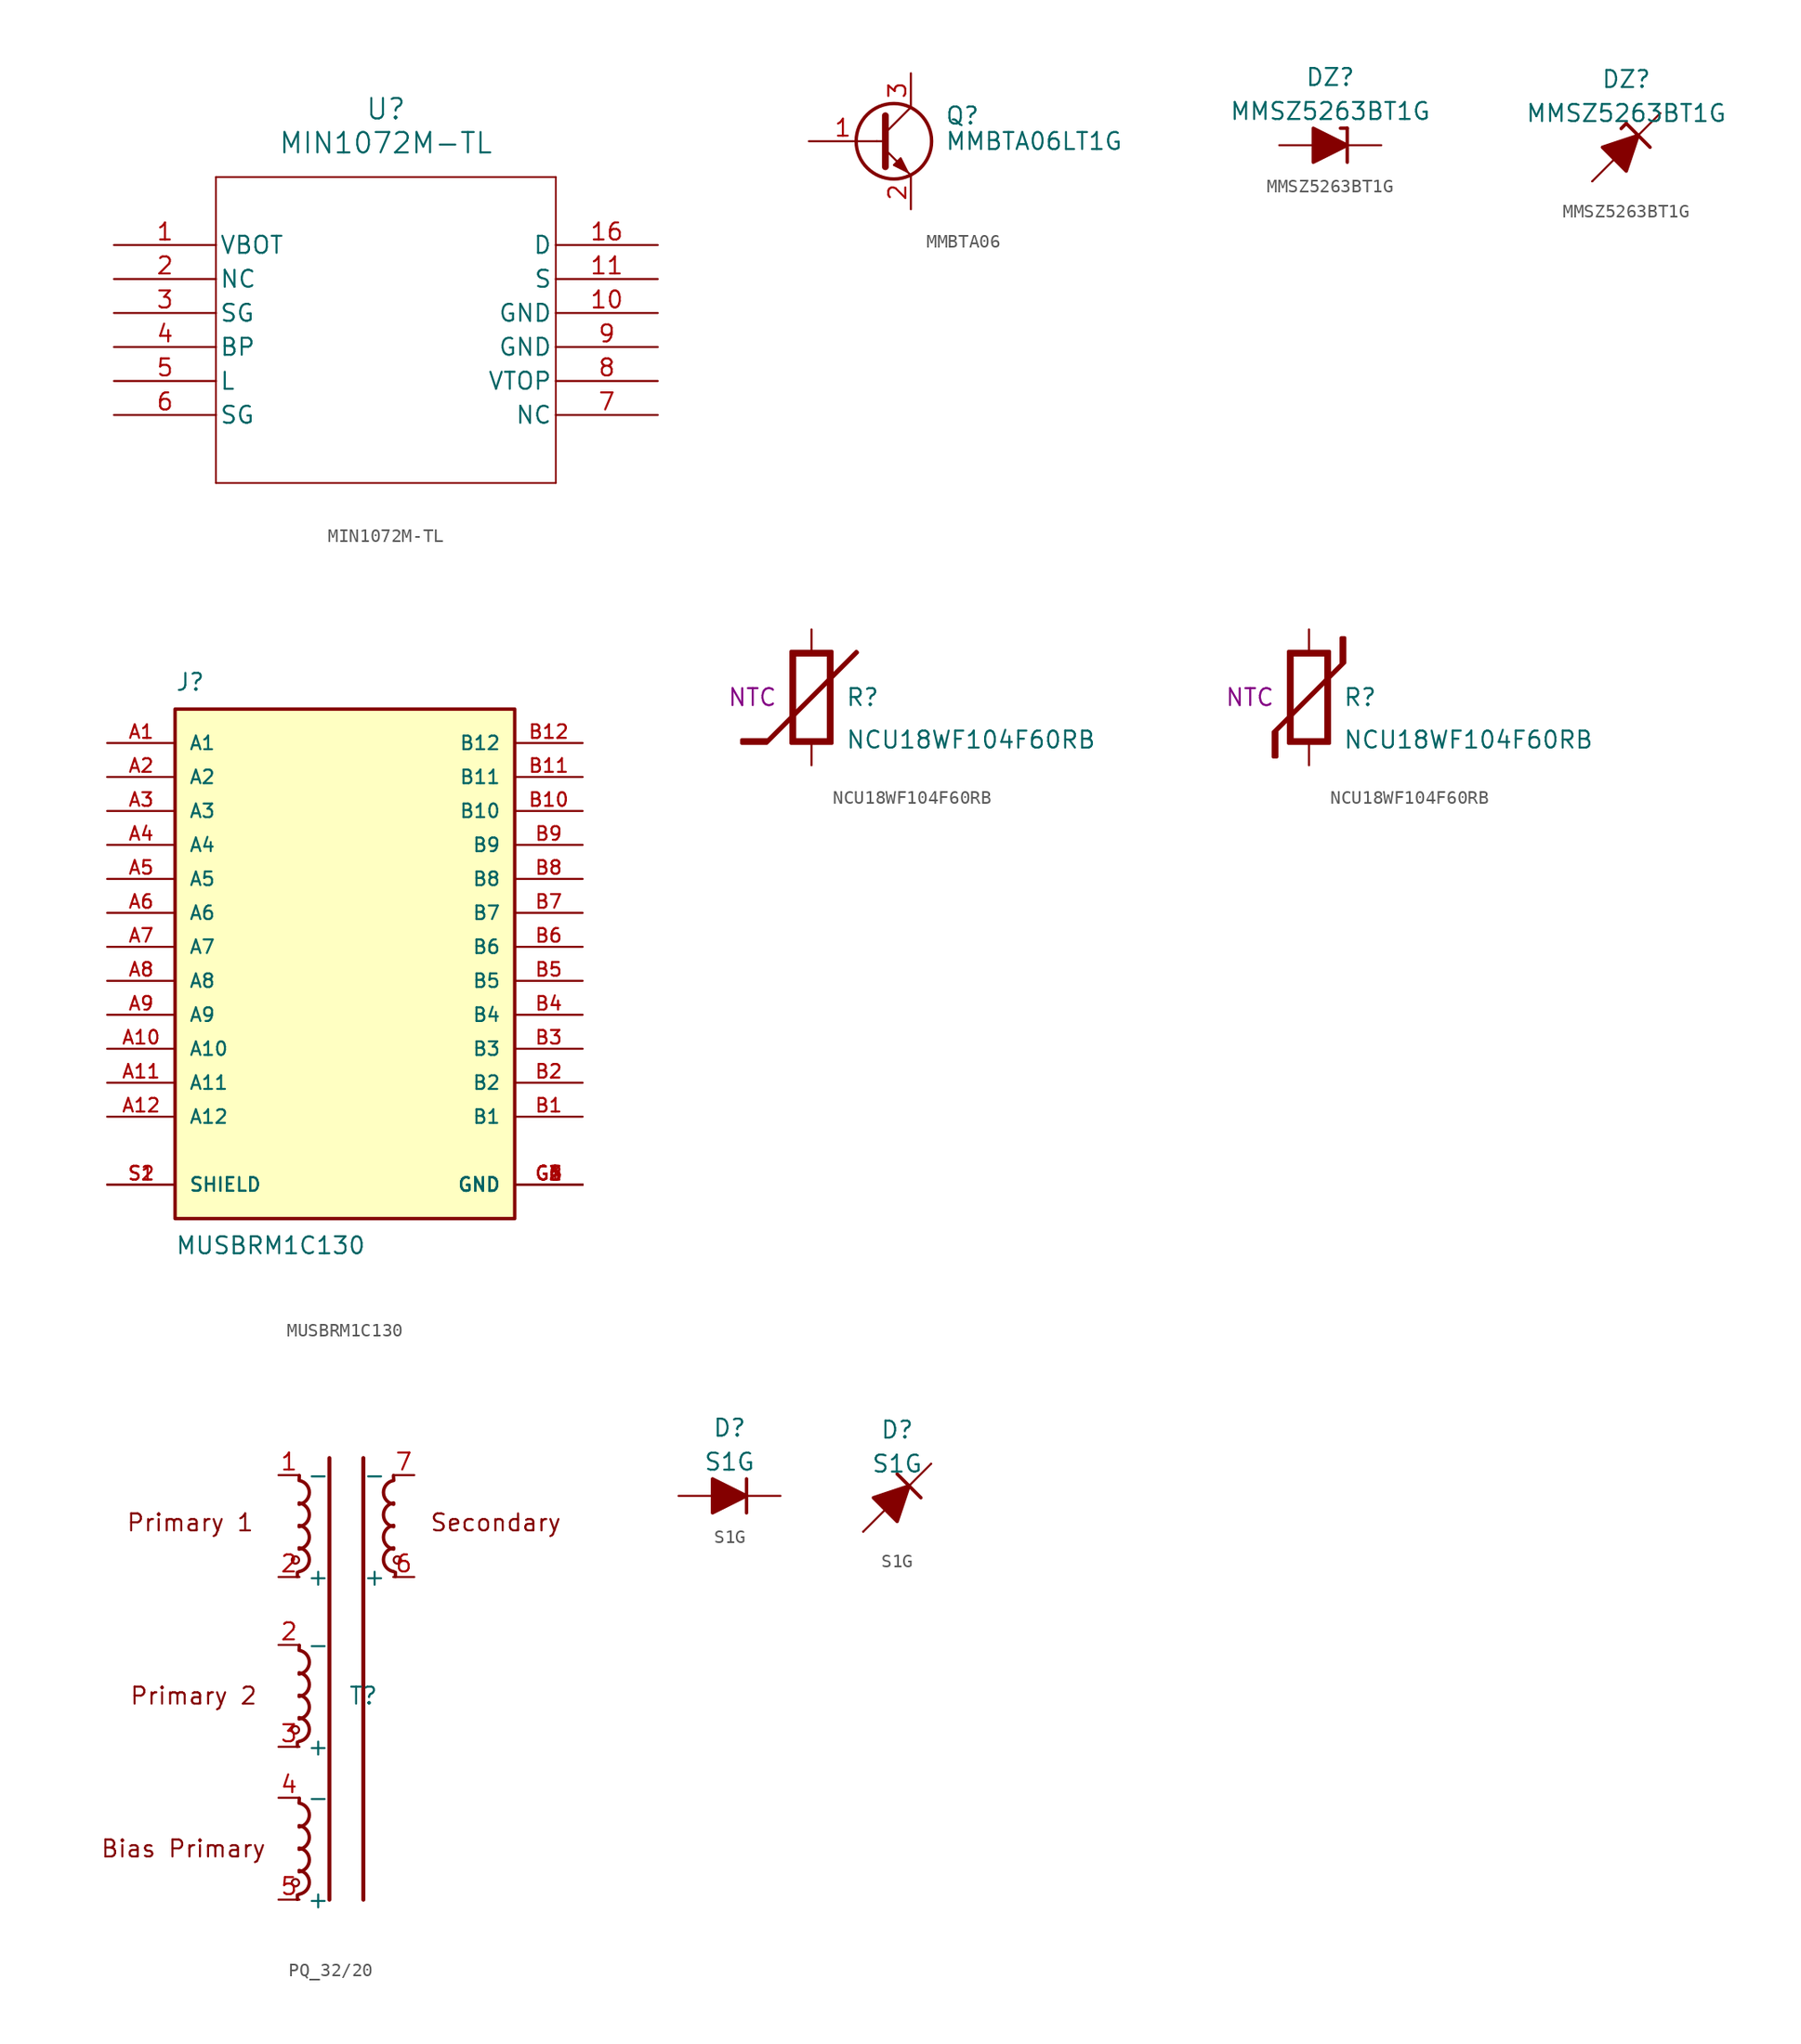
<source format=kicad_sym>
(kicad_symbol_lib
  (version 20231120)
  (generator "kicad_symbol_editor")
  (generator_version "8.0")
  (symbol "MIN1072M-TL"
    (pin_names
      (offset 0.254))
    (property "Reference" "U"
      (at 20.32 10.16 0)
      (effects (font (size 1.524 1.524))))
    (property "Value" "MIN1072M-TL"
      (at 20.32 7.62 0)
      (effects (font (size 1.524 1.524))))
    (symbol "MIN1072M-TL_0_1"
      (polyline (pts (xy 7.62 -17.78) (xy 33.02 -17.78)) (stroke (width 0.127) (type default)) (fill (type none)))
      (polyline (pts (xy 7.62 5.08) (xy 7.62 -17.78)) (stroke (width 0.127) (type default)) (fill (type none)))
      (polyline (pts (xy 33.02 -17.78) (xy 33.02 5.08)) (stroke (width 0.127) (type default)) (fill (type none)))
      (polyline (pts (xy 33.02 5.08) (xy 7.62 5.08)) (stroke (width 0.127) (type default)) (fill (type none)))
      (pin unspecified line (at 0 0 0) (length 7.62) (name "VBOT" (effects (font (size 1.27 1.27)))) (number "1" (effects (font (size 1.27 1.27)))))
      (pin unspecified line (at 40.64 -5.08 180) (length 7.62) (name "GND" (effects (font (size 1.27 1.27)))) (number "10" (effects (font (size 1.27 1.27)))))
      (pin unspecified line (at 40.64 -2.54 180) (length 7.62) (name "S" (effects (font (size 1.27 1.27)))) (number "11" (effects (font (size 1.27 1.27)))))
      (pin unspecified line (at 40.64 0 180) (length 7.62) (name "D" (effects (font (size 1.27 1.27)))) (number "16" (effects (font (size 1.27 1.27)))))
      (pin unspecified line (at 0 -2.54 0) (length 7.62) (name "NC" (effects (font (size 1.27 1.27)))) (number "2" (effects (font (size 1.27 1.27)))))
      (pin unspecified line (at 0 -5.08 0) (length 7.62) (name "SG" (effects (font (size 1.27 1.27)))) (number "3" (effects (font (size 1.27 1.27)))))
      (pin unspecified line (at 0 -7.62 0) (length 7.62) (name "BP" (effects (font (size 1.27 1.27)))) (number "4" (effects (font (size 1.27 1.27)))))
      (pin unspecified line (at 0 -10.16 0) (length 7.62) (name "L" (effects (font (size 1.27 1.27)))) (number "5" (effects (font (size 1.27 1.27)))))
      (pin unspecified line (at 0 -12.7 0) (length 7.62) (name "SG" (effects (font (size 1.27 1.27)))) (number "6" (effects (font (size 1.27 1.27)))))
      (pin unspecified line (at 40.64 -12.7 180) (length 7.62) (name "NC" (effects (font (size 1.27 1.27)))) (number "7" (effects (font (size 1.27 1.27)))))
      (pin unspecified line (at 40.64 -10.16 180) (length 7.62) (name "VTOP" (effects (font (size 1.27 1.27)))) (number "8" (effects (font (size 1.27 1.27)))))
      (pin unspecified line (at 40.64 -7.62 180) (length 7.62) (name "GND" (effects (font (size 1.27 1.27)))) (number "9" (effects (font (size 1.27 1.27)))))))
  (symbol "MMBTA06"
    (pin_names
      (offset 0) hide)
    (property "Reference" "Q"
      (at 5.08 1.905 0)
      (effects (font (size 1.27 1.27)) (justify left)))
    (property "Value" "MMBTA06LT1G"
      (at 5.08 0 0)
      (effects (font (size 1.27 1.27)) (justify left)))
    (symbol "MMBTA06_0_1"
      (polyline (pts (xy 0 0) (xy 0.635 0)) (stroke (width 0) (type default)) (fill (type none)))
      (polyline (pts (xy 0.635 0.635) (xy 2.54 2.54)) (stroke (width 0) (type default)) (fill (type none)))
      (polyline (pts (xy 0.635 -0.635) (xy 2.54 -2.54) (xy 2.54 -2.54)) (stroke (width 0) (type default)) (fill (type none)))
      (polyline (pts (xy 0.635 1.905) (xy 0.635 -1.905) (xy 0.635 -1.905)) (stroke (width 0.508) (type default)) (fill (type none)))
      (polyline (pts (xy 1.27 -1.778) (xy 1.778 -1.27) (xy 2.286 -2.286) (xy 1.27 -1.778) (xy 1.27 -1.778)) (stroke (width 0) (type default)) (fill (type outline)))
      (circle (center 1.27 0) (radius 2.819) (stroke (width 0.254) (type default)) (fill (type none))))
    (symbol "MMBTA06_1_1"
      (pin input line (at -5.08 0 0) (length 5.08) (name "B" (effects (font (size 1.27 1.27)))) (number "1" (effects (font (size 1.27 1.27)))))
      (pin passive line (at 2.54 -5.08 90) (length 2.54) (name "E" (effects (font (size 1.27 1.27)))) (number "2" (effects (font (size 1.27 1.27)))))
      (pin passive line (at 2.54 5.08 270) (length 2.54) (name "C" (effects (font (size 1.27 1.27)))) (number "3" (effects (font (size 1.27 1.27)))))))
  (symbol "MMSZ5263BT1G"
    (pin_numbers hide)
    (pin_names
      (offset 1.016) hide)
    (property "Reference" "DZ"
      (at 0 5.08 0)
      (effects (font (size 1.27 1.27))))
    (property "Value" "MMSZ5263BT1G"
      (at 0 2.54 0)
      (effects (font (size 1.27 1.27))))
    (symbol "MMSZ5263BT1G_0_1"
      (polyline (pts (xy -1.27 0) (xy 1.27 0)) (stroke (width 0) (type default)) (fill (type none)))
      (polyline (pts (xy 1.27 1.27) (xy 0.762 1.27)) (stroke (width 0.254) (type default)) (fill (type none)))
      (polyline (pts (xy 1.27 1.27) (xy 1.27 -1.27)) (stroke (width 0.254) (type default)) (fill (type none)))
      (polyline (pts (xy -1.27 -1.27) (xy -1.27 1.27) (xy 1.27 0) (xy -1.27 -1.27)) (stroke (width 0.254) (type default)) (fill (type outline))))
    (symbol "MMSZ5263BT1G_0_2"
      (polyline (pts (xy -2.54 -2.54) (xy 2.54 2.54)) (stroke (width 0) (type default)) (fill (type none)))
      (polyline (pts (xy 0 1.778) (xy -0.381 1.397)) (stroke (width 0.254) (type default)) (fill (type none)))
      (polyline (pts (xy 0 1.778) (xy 1.778 0)) (stroke (width 0.254) (type default)) (fill (type none)))
      (polyline (pts (xy -0.889 -0.889) (xy -1.778 0) (xy 0.889 0.889) (xy 0 -1.778) (xy -0.889 -0.889)) (stroke (width 0.254) (type default)) (fill (type outline))))
    (symbol "MMSZ5263BT1G_1_1"
      (pin passive line (at 3.81 0 180) (length 2.54) (name "K" (effects (font (size 1.27 1.27)))) (number "1" (effects (font (size 1.27 1.27)))))
      (pin passive line (at -3.81 0 0) (length 2.54) (name "A" (effects (font (size 1.27 1.27)))) (number "2" (effects (font (size 1.27 1.27))))))
    (symbol "MMSZ5263BT1G_1_2"
      (pin passive line (at 2.54 2.54 180) (length 0) (name "K" (effects (font (size 1.27 1.27)))) (number "1" (effects (font (size 1.27 1.27)))))
      (pin passive line (at -2.54 -2.54 0) (length 0) (name "A" (effects (font (size 1.27 1.27)))) (number "2" (effects (font (size 1.27 1.27)))))))
  (symbol "MUSBRM1C130"
    (pin_names
      (offset 1.016))
    (property "Reference" "J"
      (at -12.7 19.05 0)
      (effects (font (size 1.27 1.27)) (justify left bottom)))
    (property "Value" "MUSBRM1C130"
      (at -12.7 -21.59 0)
      (effects (font (size 1.27 1.27)) (justify left top)))
    (symbol "MUSBRM1C130_0_0"
      (rectangle (start -12.7 -20.32) (end 12.7 17.78) (stroke (width 0.254) (type default)) (fill (type background)))
      (pin passive line (at -17.78 15.24 0) (length 5.08) (name "A1" (effects (font (size 1.016 1.016)))) (number "A1" (effects (font (size 1.016 1.016)))))
      (pin passive line (at -17.78 -7.62 0) (length 5.08) (name "A10" (effects (font (size 1.016 1.016)))) (number "A10" (effects (font (size 1.016 1.016)))))
      (pin passive line (at -17.78 -10.16 0) (length 5.08) (name "A11" (effects (font (size 1.016 1.016)))) (number "A11" (effects (font (size 1.016 1.016)))))
      (pin passive line (at -17.78 -12.7 0) (length 5.08) (name "A12" (effects (font (size 1.016 1.016)))) (number "A12" (effects (font (size 1.016 1.016)))))
      (pin passive line (at -17.78 12.7 0) (length 5.08) (name "A2" (effects (font (size 1.016 1.016)))) (number "A2" (effects (font (size 1.016 1.016)))))
      (pin passive line (at -17.78 10.16 0) (length 5.08) (name "A3" (effects (font (size 1.016 1.016)))) (number "A3" (effects (font (size 1.016 1.016)))))
      (pin passive line (at -17.78 7.62 0) (length 5.08) (name "A4" (effects (font (size 1.016 1.016)))) (number "A4" (effects (font (size 1.016 1.016)))))
      (pin passive line (at -17.78 5.08 0) (length 5.08) (name "A5" (effects (font (size 1.016 1.016)))) (number "A5" (effects (font (size 1.016 1.016)))))
      (pin passive line (at -17.78 2.54 0) (length 5.08) (name "A6" (effects (font (size 1.016 1.016)))) (number "A6" (effects (font (size 1.016 1.016)))))
      (pin passive line (at -17.78 0 0) (length 5.08) (name "A7" (effects (font (size 1.016 1.016)))) (number "A7" (effects (font (size 1.016 1.016)))))
      (pin passive line (at -17.78 -2.54 0) (length 5.08) (name "A8" (effects (font (size 1.016 1.016)))) (number "A8" (effects (font (size 1.016 1.016)))))
      (pin passive line (at -17.78 -5.08 0) (length 5.08) (name "A9" (effects (font (size 1.016 1.016)))) (number "A9" (effects (font (size 1.016 1.016)))))
      (pin passive line (at 17.78 -12.7 180) (length 5.08) (name "B1" (effects (font (size 1.016 1.016)))) (number "B1" (effects (font (size 1.016 1.016)))))
      (pin passive line (at 17.78 10.16 180) (length 5.08) (name "B10" (effects (font (size 1.016 1.016)))) (number "B10" (effects (font (size 1.016 1.016)))))
      (pin passive line (at 17.78 12.7 180) (length 5.08) (name "B11" (effects (font (size 1.016 1.016)))) (number "B11" (effects (font (size 1.016 1.016)))))
      (pin passive line (at 17.78 15.24 180) (length 5.08) (name "B12" (effects (font (size 1.016 1.016)))) (number "B12" (effects (font (size 1.016 1.016)))))
      (pin passive line (at 17.78 -10.16 180) (length 5.08) (name "B2" (effects (font (size 1.016 1.016)))) (number "B2" (effects (font (size 1.016 1.016)))))
      (pin passive line (at 17.78 -7.62 180) (length 5.08) (name "B3" (effects (font (size 1.016 1.016)))) (number "B3" (effects (font (size 1.016 1.016)))))
      (pin passive line (at 17.78 -5.08 180) (length 5.08) (name "B4" (effects (font (size 1.016 1.016)))) (number "B4" (effects (font (size 1.016 1.016)))))
      (pin passive line (at 17.78 -2.54 180) (length 5.08) (name "B5" (effects (font (size 1.016 1.016)))) (number "B5" (effects (font (size 1.016 1.016)))))
      (pin passive line (at 17.78 0 180) (length 5.08) (name "B6" (effects (font (size 1.016 1.016)))) (number "B6" (effects (font (size 1.016 1.016)))))
      (pin passive line (at 17.78 2.54 180) (length 5.08) (name "B7" (effects (font (size 1.016 1.016)))) (number "B7" (effects (font (size 1.016 1.016)))))
      (pin passive line (at 17.78 5.08 180) (length 5.08) (name "B8" (effects (font (size 1.016 1.016)))) (number "B8" (effects (font (size 1.016 1.016)))))
      (pin passive line (at 17.78 7.62 180) (length 5.08) (name "B9" (effects (font (size 1.016 1.016)))) (number "B9" (effects (font (size 1.016 1.016)))))
      (pin power_in line (at 17.78 -17.78 180) (length 5.08) (name "GND" (effects (font (size 1.016 1.016)))) (number "G1" (effects (font (size 1.016 1.016)))))
      (pin power_in line (at 17.78 -17.78 180) (length 5.08) (name "GND" (effects (font (size 1.016 1.016)))) (number "G2" (effects (font (size 1.016 1.016)))))
      (pin power_in line (at 17.78 -17.78 180) (length 5.08) (name "GND" (effects (font (size 1.016 1.016)))) (number "G3" (effects (font (size 1.016 1.016)))))
      (pin power_in line (at 17.78 -17.78 180) (length 5.08) (name "GND" (effects (font (size 1.016 1.016)))) (number "G4" (effects (font (size 1.016 1.016)))))
      (pin power_in line (at 17.78 -17.78 180) (length 5.08) (name "GND" (effects (font (size 1.016 1.016)))) (number "G5" (effects (font (size 1.016 1.016)))))
      (pin power_in line (at 17.78 -17.78 180) (length 5.08) (name "GND" (effects (font (size 1.016 1.016)))) (number "G6" (effects (font (size 1.016 1.016)))))
      (pin passive line (at -17.78 -17.78 0) (length 5.08) (name "SHIELD" (effects (font (size 1.016 1.016)))) (number "S1" (effects (font (size 1.016 1.016)))))
      (pin passive line (at -17.78 -17.78 0) (length 5.08) (name "SHIELD" (effects (font (size 1.016 1.016)))) (number "S2" (effects (font (size 1.016 1.016)))))))
  (symbol "NCU18WF104F60RB"
    (pin_numbers hide)
    (pin_names
      (offset 0) hide)
    (property "Reference" "R"
      (at 2.54 0 0)
      (effects (font (size 1.27 1.27)) (justify left)))
    (property "Value" "NCU18WF104F60RB"
      (at 2.54 -3.175 0)
      (effects (font (size 1.27 1.27)) (justify left)))
    (property "Rating" "NTC"
      (at -2.54 0 0)
      (effects (font (size 1.27 1.27)) (justify right)))
    (symbol "NCU18WF104F60RB_1_0"
      (polyline (pts (xy -1.524 -3.429) (xy 1.524 -3.429) (xy 1.524 3.429) (xy -1.524 3.429) (xy -1.524 -3.429) (xy -1.27 -3.175) (xy -1.27 3.175) (xy 1.27 3.175) (xy 1.27 -3.175) (xy -1.27 -3.175) (xy -1.524 -3.429)) (stroke (width 0.254) (type default)) (fill (type outline)))
      (pin passive line (at 0 5.08 270) (length 1.651) (name "+" (effects (font (size 1.27 1.27)))) (number "1" (effects (font (size 1.27 1.27)))))
      (pin passive line (at 0 -5.08 90) (length 1.651) (name "-" (effects (font (size 1.27 1.27)))) (number "2" (effects (font (size 1.27 1.27))))))
    (symbol "NCU18WF104F60RB_1_1"
      (polyline (pts (xy -5.207 -3.429) (xy -3.353 -3.429) (xy 3.429 3.353) (xy 3.353 3.429) (xy -3.251 -3.175) (xy -5.207 -3.175) (xy -5.207 -3.429)) (stroke (width 0.254) (type default)) (fill (type outline))))
    (symbol "NCU18WF104F60RB_1_2"
      (polyline (pts (xy 2.667 4.445) (xy 2.667 2.591) (xy -2.413 -2.489) (xy -2.413 -4.445) (xy -2.667 -4.445) (xy -2.667 -2.591) (xy 2.413 2.489) (xy 2.413 4.445) (xy 2.667 4.445)) (stroke (width 0.254) (type default)) (fill (type outline)))))
  (symbol "PQ_32/20"
    (property "Reference" "T"
      (at 0 0 0)
      (effects (font (size 1.27 1.27))))
    (property "Value" ""
      (at 0 0 0)
      (effects (font (size 1.27 1.27))))
    (symbol "PQ_32/20_0_1"
      (circle (center -5.08 -13.97) (radius 0.274) (stroke (width 0) (type default)) (fill (type none)))
      (circle (center -5.08 -2.54) (radius 0.274) (stroke (width 0) (type default)) (fill (type none)))
      (circle (center -5.08 10.16) (radius 0.274) (stroke (width 0) (type default)) (fill (type none)))
      (circle (center 2.54 10.16) (radius 0.274) (stroke (width 0) (type default)) (fill (type none))))
    (symbol "PQ_32/20_1_0"
      (arc (start -4.8048 -14.8336) (mid -4.0428 -13.9446) (end -4.8048 -13.0556) (stroke (width 0.254) (type default)) (fill (type none)))
      (arc (start -4.8048 -13.1572) (mid -4.0428 -12.2682) (end -4.8048 -11.3792) (stroke (width 0.254) (type default)) (fill (type none)))
      (arc (start -4.8048 -11.4808) (mid -4.0428 -10.5918) (end -4.8048 -9.7028) (stroke (width 0.254) (type default)) (fill (type none)))
      (arc (start -4.8048 -9.8044) (mid -4.0428 -8.9154) (end -4.8048 -8.0264) (stroke (width 0.254) (type default)) (fill (type none)))
      (arc (start -4.8048 -3.4036) (mid -4.0428 -2.5146) (end -4.8048 -1.6256) (stroke (width 0.254) (type default)) (fill (type none)))
      (arc (start -4.8048 -1.7272) (mid -4.0428 -0.8382) (end -4.8048 0.0508) (stroke (width 0.254) (type default)) (fill (type none)))
      (arc (start -4.8048 -0.0508) (mid -4.0428 0.8382) (end -4.8048 1.7272) (stroke (width 0.254) (type default)) (fill (type none)))
      (arc (start -4.8048 1.6256) (mid -4.0428 2.5146) (end -4.8048 3.4036) (stroke (width 0.254) (type default)) (fill (type none)))
      (arc (start -4.8048 9.2964) (mid -4.0428 10.1854) (end -4.8048 11.0744) (stroke (width 0.254) (type default)) (fill (type none)))
      (arc (start -4.8048 10.9728) (mid -4.0428 11.8618) (end -4.8048 12.7508) (stroke (width 0.254) (type default)) (fill (type none)))
      (arc (start -4.8048 12.6492) (mid -4.0428 13.5382) (end -4.8048 14.4272) (stroke (width 0.254) (type default)) (fill (type none)))
      (arc (start -4.8048 14.3256) (mid -4.0428 15.2146) (end -4.8048 16.1036) (stroke (width 0.254) (type default)) (fill (type none)))
      (polyline (pts (xy -4.936 -14.893) (xy -4.936 -15.217)) (stroke (width 0.254) (type default)) (fill (type none)))
      (polyline (pts (xy -4.936 -3.463) (xy -4.936 -3.787)) (stroke (width 0.254) (type default)) (fill (type none)))
      (polyline (pts (xy -4.936 9.237) (xy -4.936 8.913)) (stroke (width 0.254) (type default)) (fill (type none)))
      (polyline (pts (xy -4.807 -7.98) (xy -4.79 -7.656)) (stroke (width 0.254) (type default)) (fill (type none)))
      (polyline (pts (xy -4.807 3.45) (xy -4.79 3.774)) (stroke (width 0.254) (type default)) (fill (type none)))
      (polyline (pts (xy -4.807 16.15) (xy -4.79 16.474)) (stroke (width 0.254) (type default)) (fill (type none)))
      (polyline (pts (xy 2.267 16.15) (xy 2.25 16.474)) (stroke (width 0.254) (type default)) (fill (type none)))
      (polyline (pts (xy 2.396 9.237) (xy 2.396 8.913)) (stroke (width 0.254) (type default)) (fill (type none)))
      (arc (start 2.2648 11.0744) (mid 1.5028 10.1854) (end 2.2648 9.2964) (stroke (width 0.254) (type default)) (fill (type none)))
      (arc (start 2.2648 12.7508) (mid 1.5028 11.8618) (end 2.2648 10.9728) (stroke (width 0.254) (type default)) (fill (type none)))
      (arc (start 2.2648 14.4272) (mid 1.5028 13.5382) (end 2.2648 12.6492) (stroke (width 0.254) (type default)) (fill (type none)))
      (arc (start 2.2648 16.1036) (mid 1.5028 15.2146) (end 2.2648 14.3256) (stroke (width 0.254) (type default)) (fill (type none)))
      (pin passive line (at -6.35 16.51 0) (length 1.575) (name "-" (effects (font (size 1.27 1.27)))) (number "1" (effects (font (size 1.27 1.27)))))
      (pin passive line (at -6.35 8.89 0) (length 1.575) (name "+" (effects (font (size 1.27 1.27)))) (number "2" (effects (font (size 1.27 1.27)))))
      (pin passive line (at -6.35 3.81 0) (length 1.575) (name "-" (effects (font (size 1.27 1.27)))) (number "2" (effects (font (size 1.27 1.27)))))
      (pin passive line (at -6.35 -3.81 0) (length 1.575) (name "+" (effects (font (size 1.27 1.27)))) (number "3" (effects (font (size 1.27 1.27)))))
      (pin passive line (at -6.35 -7.62 0) (length 1.575) (name "-" (effects (font (size 1.27 1.27)))) (number "4" (effects (font (size 1.27 1.27)))))
      (pin passive line (at -6.35 -15.24 0) (length 1.575) (name "+" (effects (font (size 1.27 1.27)))) (number "5" (effects (font (size 1.27 1.27)))))
      (pin passive line (at 3.81 8.89 180) (length 1.575) (name "+" (effects (font (size 1.27 1.27)))) (number "6" (effects (font (size 1.27 1.27)))))
      (pin passive line (at 3.81 16.51 180) (length 1.575) (name "-" (effects (font (size 1.27 1.27)))) (number "7" (effects (font (size 1.27 1.27))))))
    (symbol "PQ_32/20_1_1"
      (polyline (pts (xy -2.54 17.78) (xy -2.54 -15.24)) (stroke (width 0.3) (type default)) (fill (type none)))
      (polyline (pts (xy 0 17.78) (xy 0 -15.24)) (stroke (width 0.3) (type default)) (fill (type none)))
      (text "Bias Primary" (at -13.462 -11.43 0) (effects (font (size 1.27 1.27))))
      (text "Primary 1" (at -12.954 12.954 0) (effects (font (size 1.27 1.27))))
      (text "Primary 2" (at -12.7 0 0) (effects (font (size 1.27 1.27))))
      (text "Secondary" (at 9.906 12.954 0) (effects (font (size 1.27 1.27))))))
  (symbol "S1G"
    (pin_numbers hide)
    (pin_names
      (offset 1.016) hide)
    (property "Reference" "D"
      (at 0 5.08 0)
      (effects (font (size 1.27 1.27))))
    (property "Value" "S1G"
      (at 0 2.54 0)
      (effects (font (size 1.27 1.27))))
    (symbol "S1G_0_1"
      (polyline (pts (xy -1.27 0) (xy 1.27 0)) (stroke (width 0) (type default)) (fill (type none)))
      (polyline (pts (xy 1.27 1.27) (xy 1.27 -1.27)) (stroke (width 0.254) (type default)) (fill (type none)))
      (polyline (pts (xy -1.27 1.27) (xy -1.27 -1.27) (xy 1.27 0) (xy -1.27 1.27)) (stroke (width 0.254) (type default)) (fill (type outline))))
    (symbol "S1G_0_2"
      (polyline (pts (xy -2.54 -2.54) (xy 2.54 2.54)) (stroke (width 0) (type default)) (fill (type none)))
      (polyline (pts (xy 0 1.778) (xy 1.778 0)) (stroke (width 0.254) (type default)) (fill (type none)))
      (polyline (pts (xy -0.889 -0.889) (xy -1.778 0) (xy 0.889 0.889) (xy 0 -1.778) (xy -0.889 -0.889)) (stroke (width 0.254) (type default)) (fill (type outline))))
    (symbol "S1G_1_1"
      (pin passive line (at 3.81 0 180) (length 2.54) (name "K" (effects (font (size 1.27 1.27)))) (number "1" (effects (font (size 1.27 1.27)))))
      (pin passive line (at -3.81 0 0) (length 2.54) (name "A" (effects (font (size 1.27 1.27)))) (number "2" (effects (font (size 1.27 1.27))))))
    (symbol "S1G_1_2"
      (pin passive line (at 2.54 2.54 180) (length 0) (name "K" (effects (font (size 1.27 1.27)))) (number "1" (effects (font (size 1.27 1.27)))))
      (pin passive line (at -2.54 -2.54 0) (length 0) (name "A" (effects (font (size 1.27 1.27)))) (number "2" (effects (font (size 1.27 1.27))))))))
</source>
